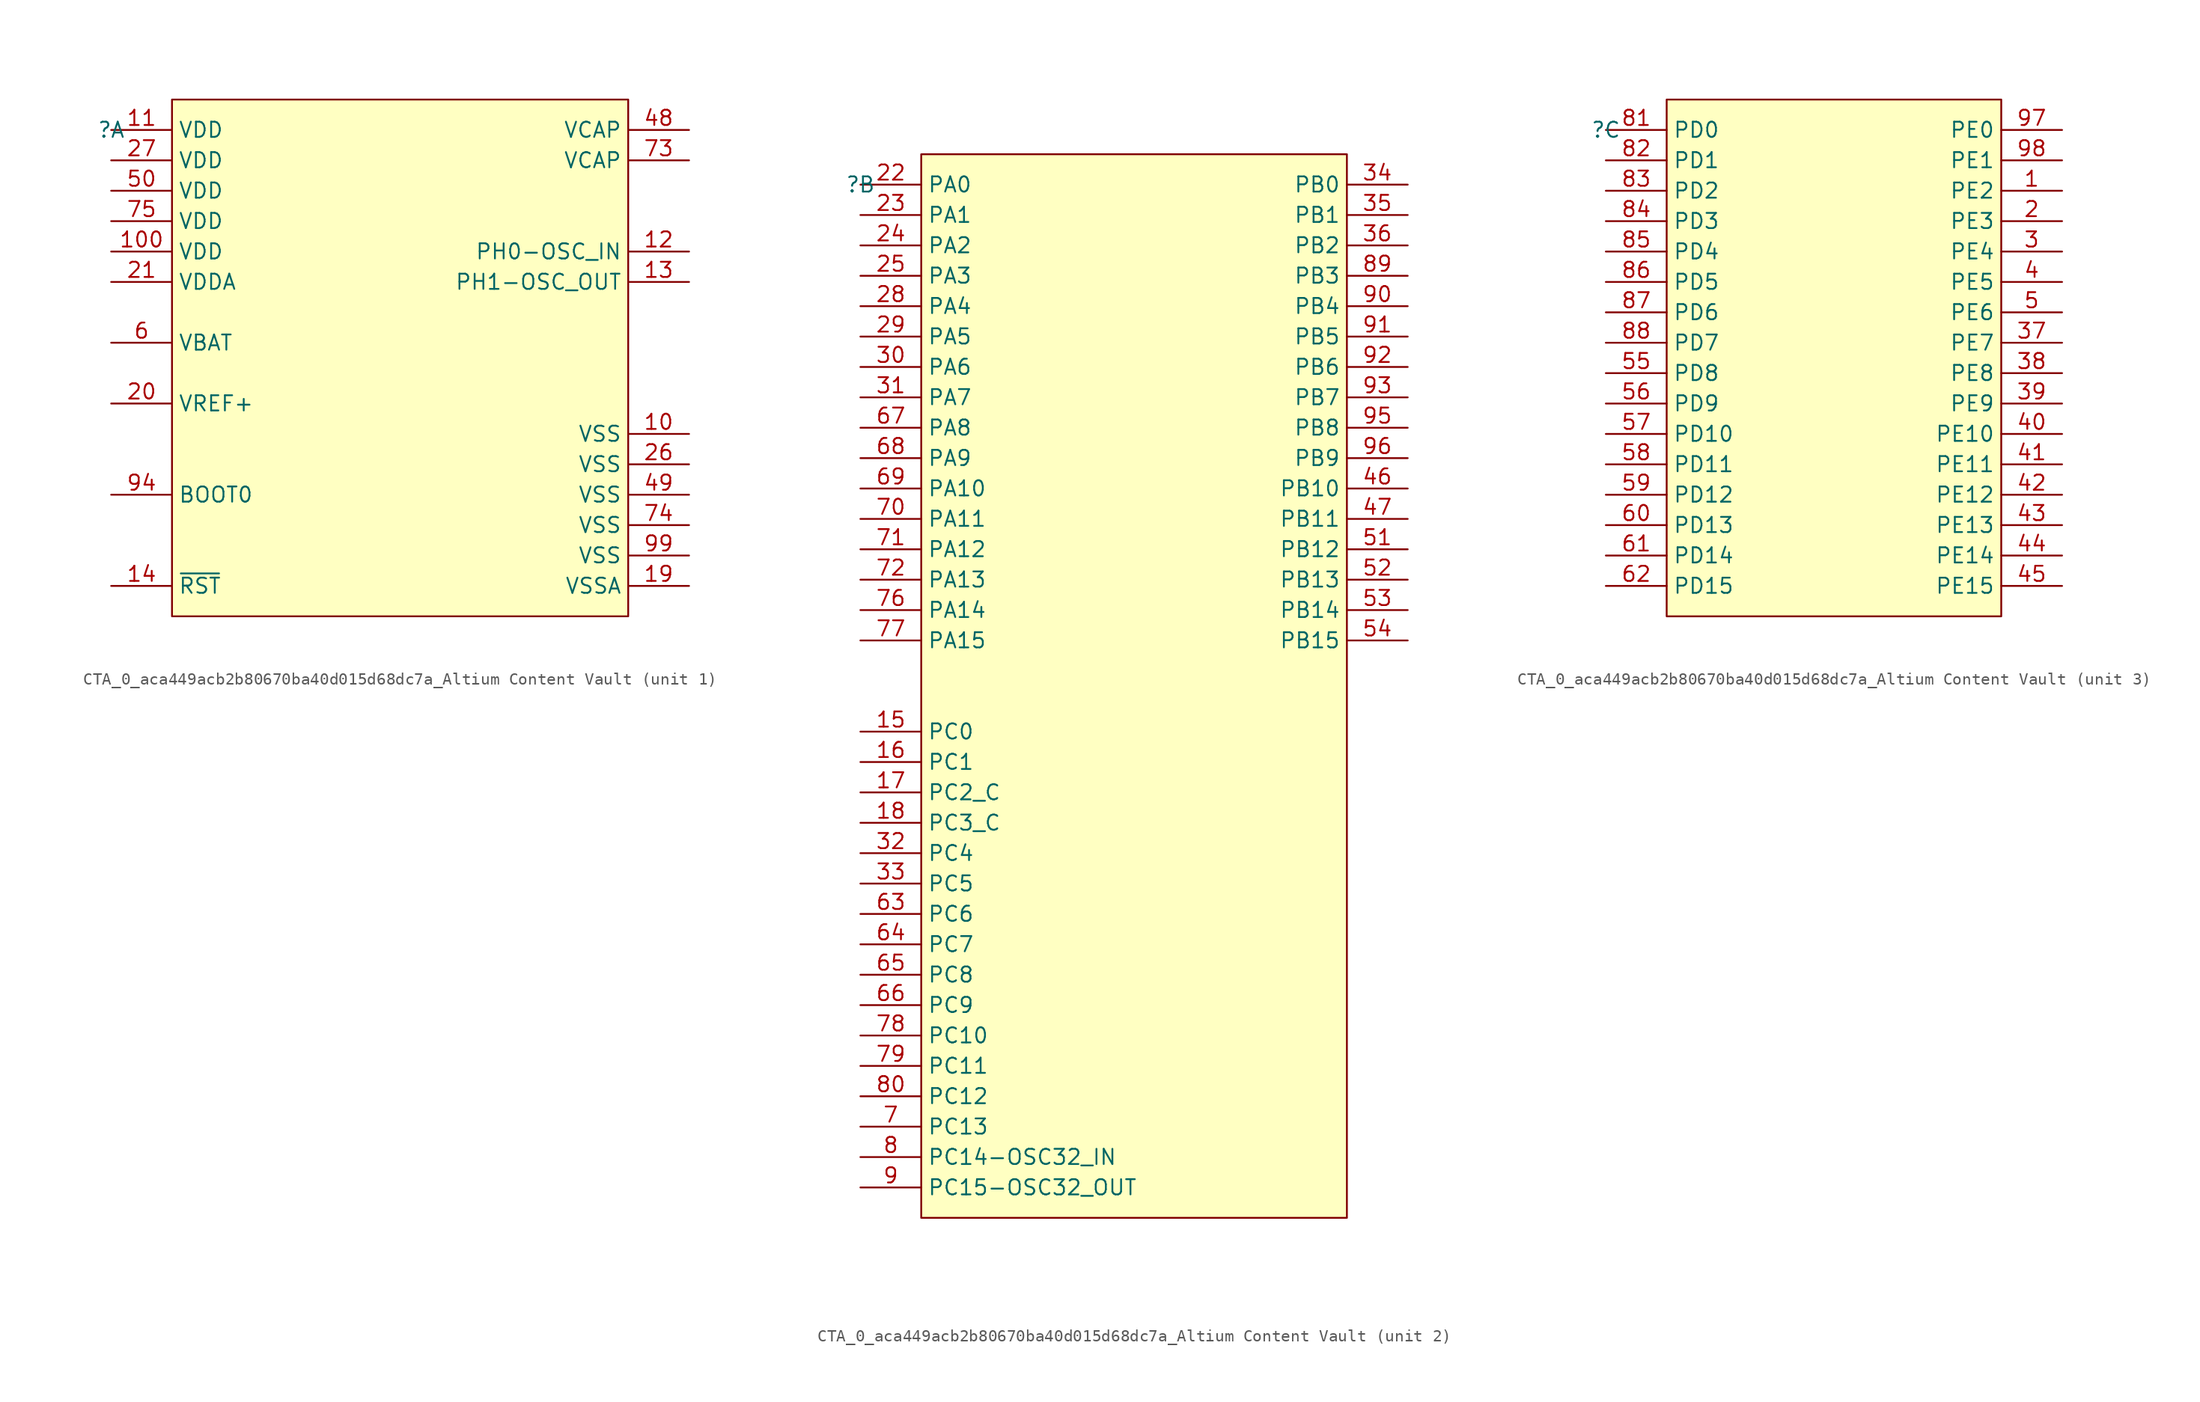
<source format=kicad_sym>
(kicad_symbol_lib
  (version 20241209)
  (generator "kicad_symbol_editor")
  (generator_version "9.0")
  (symbol "CTA_0_aca449acb2b80670ba40d015d68dc7a_Altium Content Vault"
    (property "Reference" ""
      (at 0 0 0)
      (effects (font (size 1.27 1.27))))
    (property "Value" ""
      (at 0 0 0)
      (effects (font (size 1.27 1.27))))
    (symbol "CTA_0_aca449acb2b80670ba40d015d68dc7a_Altium Content Vault_1_0"
      (rectangle (start 43.18 2.54) (end 5.08 -40.64) (stroke (width 0) (type solid) (color 128 0 0 1)) (fill (type background)))
      (pin power_in line (at 0 0 0) (length 5.08) (name "VDD" (effects (font (size 1.27 1.27)))) (number "11" (effects (font (size 1.27 1.27)))))
      (pin power_in line (at 0 -2.54 0) (length 5.08) (name "VDD" (effects (font (size 1.27 1.27)))) (number "27" (effects (font (size 1.27 1.27)))))
      (pin power_in line (at 0 -5.08 0) (length 5.08) (name "VDD" (effects (font (size 1.27 1.27)))) (number "50" (effects (font (size 1.27 1.27)))))
      (pin power_in line (at 0 -7.62 0) (length 5.08) (name "VDD" (effects (font (size 1.27 1.27)))) (number "75" (effects (font (size 1.27 1.27)))))
      (pin power_in line (at 0 -10.16 0) (length 5.08) (name "VDD" (effects (font (size 1.27 1.27)))) (number "100" (effects (font (size 1.27 1.27)))))
      (pin power_in line (at 0 -12.7 0) (length 5.08) (name "VDDA" (effects (font (size 1.27 1.27)))) (number "21" (effects (font (size 1.27 1.27)))))
      (pin power_in line (at 0 -17.78 0) (length 5.08) (name "VBAT" (effects (font (size 1.27 1.27)))) (number "6" (effects (font (size 1.27 1.27)))))
      (pin power_in line (at 0 -22.86 0) (length 5.08) (name "VREF+" (effects (font (size 1.27 1.27)))) (number "20" (effects (font (size 1.27 1.27)))))
      (pin input line (at 0 -30.48 0) (length 5.08) (name "BOOT0" (effects (font (size 1.27 1.27)))) (number "94" (effects (font (size 1.27 1.27)))))
      (pin bidirectional line (at 0 -38.1 0) (length 5.08) (name "~{RST}" (effects (font (size 1.27 1.27)))) (number "14" (effects (font (size 1.27 1.27)))))
      (pin power_in line (at 48.26 0 180) (length 5.08) (name "VCAP" (effects (font (size 1.27 1.27)))) (number "48" (effects (font (size 1.27 1.27)))))
      (pin power_in line (at 48.26 -2.54 180) (length 5.08) (name "VCAP" (effects (font (size 1.27 1.27)))) (number "73" (effects (font (size 1.27 1.27)))))
      (pin bidirectional line (at 48.26 -10.16 180) (length 5.08) (name "PH0-OSC_IN" (effects (font (size 1.27 1.27)))) (number "12" (effects (font (size 1.27 1.27)))))
      (pin bidirectional line (at 48.26 -12.7 180) (length 5.08) (name "PH1-OSC_OUT" (effects (font (size 1.27 1.27)))) (number "13" (effects (font (size 1.27 1.27)))))
      (pin power_in line (at 48.26 -25.4 180) (length 5.08) (name "VSS" (effects (font (size 1.27 1.27)))) (number "10" (effects (font (size 1.27 1.27)))))
      (pin power_in line (at 48.26 -27.94 180) (length 5.08) (name "VSS" (effects (font (size 1.27 1.27)))) (number "26" (effects (font (size 1.27 1.27)))))
      (pin power_in line (at 48.26 -30.48 180) (length 5.08) (name "VSS" (effects (font (size 1.27 1.27)))) (number "49" (effects (font (size 1.27 1.27)))))
      (pin power_in line (at 48.26 -33.02 180) (length 5.08) (name "VSS" (effects (font (size 1.27 1.27)))) (number "74" (effects (font (size 1.27 1.27)))))
      (pin power_in line (at 48.26 -35.56 180) (length 5.08) (name "VSS" (effects (font (size 1.27 1.27)))) (number "99" (effects (font (size 1.27 1.27)))))
      (pin power_in line (at 48.26 -38.1 180) (length 5.08) (name "VSSA" (effects (font (size 1.27 1.27)))) (number "19" (effects (font (size 1.27 1.27))))))
    (symbol "CTA_0_aca449acb2b80670ba40d015d68dc7a_Altium Content Vault_2_0"
      (rectangle (start 40.64 2.54) (end 5.08 -86.36) (stroke (width 0) (type solid) (color 128 0 0 1)) (fill (type background)))
      (pin bidirectional line (at 0 0 0) (length 5.08) (name "PA0" (effects (font (size 1.27 1.27)))) (number "22" (effects (font (size 1.27 1.27)))))
      (pin bidirectional line (at 0 -2.54 0) (length 5.08) (name "PA1" (effects (font (size 1.27 1.27)))) (number "23" (effects (font (size 1.27 1.27)))))
      (pin bidirectional line (at 0 -5.08 0) (length 5.08) (name "PA2" (effects (font (size 1.27 1.27)))) (number "24" (effects (font (size 1.27 1.27)))))
      (pin bidirectional line (at 0 -7.62 0) (length 5.08) (name "PA3" (effects (font (size 1.27 1.27)))) (number "25" (effects (font (size 1.27 1.27)))))
      (pin bidirectional line (at 0 -10.16 0) (length 5.08) (name "PA4" (effects (font (size 1.27 1.27)))) (number "28" (effects (font (size 1.27 1.27)))))
      (pin bidirectional line (at 0 -12.7 0) (length 5.08) (name "PA5" (effects (font (size 1.27 1.27)))) (number "29" (effects (font (size 1.27 1.27)))))
      (pin bidirectional line (at 0 -15.24 0) (length 5.08) (name "PA6" (effects (font (size 1.27 1.27)))) (number "30" (effects (font (size 1.27 1.27)))))
      (pin bidirectional line (at 0 -17.78 0) (length 5.08) (name "PA7" (effects (font (size 1.27 1.27)))) (number "31" (effects (font (size 1.27 1.27)))))
      (pin bidirectional line (at 0 -20.32 0) (length 5.08) (name "PA8" (effects (font (size 1.27 1.27)))) (number "67" (effects (font (size 1.27 1.27)))))
      (pin bidirectional line (at 0 -22.86 0) (length 5.08) (name "PA9" (effects (font (size 1.27 1.27)))) (number "68" (effects (font (size 1.27 1.27)))))
      (pin bidirectional line (at 0 -25.4 0) (length 5.08) (name "PA10" (effects (font (size 1.27 1.27)))) (number "69" (effects (font (size 1.27 1.27)))))
      (pin bidirectional line (at 0 -27.94 0) (length 5.08) (name "PA11" (effects (font (size 1.27 1.27)))) (number "70" (effects (font (size 1.27 1.27)))))
      (pin bidirectional line (at 0 -30.48 0) (length 5.08) (name "PA12" (effects (font (size 1.27 1.27)))) (number "71" (effects (font (size 1.27 1.27)))))
      (pin bidirectional line (at 0 -33.02 0) (length 5.08) (name "PA13" (effects (font (size 1.27 1.27)))) (number "72" (effects (font (size 1.27 1.27)))))
      (pin bidirectional line (at 0 -35.56 0) (length 5.08) (name "PA14" (effects (font (size 1.27 1.27)))) (number "76" (effects (font (size 1.27 1.27)))))
      (pin bidirectional line (at 0 -38.1 0) (length 5.08) (name "PA15" (effects (font (size 1.27 1.27)))) (number "77" (effects (font (size 1.27 1.27)))))
      (pin bidirectional line (at 0 -45.72 0) (length 5.08) (name "PC0" (effects (font (size 1.27 1.27)))) (number "15" (effects (font (size 1.27 1.27)))))
      (pin bidirectional line (at 0 -48.26 0) (length 5.08) (name "PC1" (effects (font (size 1.27 1.27)))) (number "16" (effects (font (size 1.27 1.27)))))
      (pin input line (at 0 -50.8 0) (length 5.08) (name "PC2_C" (effects (font (size 1.27 1.27)))) (number "17" (effects (font (size 1.27 1.27)))))
      (pin input line (at 0 -53.34 0) (length 5.08) (name "PC3_C" (effects (font (size 1.27 1.27)))) (number "18" (effects (font (size 1.27 1.27)))))
      (pin bidirectional line (at 0 -55.88 0) (length 5.08) (name "PC4" (effects (font (size 1.27 1.27)))) (number "32" (effects (font (size 1.27 1.27)))))
      (pin bidirectional line (at 0 -58.42 0) (length 5.08) (name "PC5" (effects (font (size 1.27 1.27)))) (number "33" (effects (font (size 1.27 1.27)))))
      (pin bidirectional line (at 0 -60.96 0) (length 5.08) (name "PC6" (effects (font (size 1.27 1.27)))) (number "63" (effects (font (size 1.27 1.27)))))
      (pin bidirectional line (at 0 -63.5 0) (length 5.08) (name "PC7" (effects (font (size 1.27 1.27)))) (number "64" (effects (font (size 1.27 1.27)))))
      (pin bidirectional line (at 0 -66.04 0) (length 5.08) (name "PC8" (effects (font (size 1.27 1.27)))) (number "65" (effects (font (size 1.27 1.27)))))
      (pin bidirectional line (at 0 -68.58 0) (length 5.08) (name "PC9" (effects (font (size 1.27 1.27)))) (number "66" (effects (font (size 1.27 1.27)))))
      (pin bidirectional line (at 0 -71.12 0) (length 5.08) (name "PC10" (effects (font (size 1.27 1.27)))) (number "78" (effects (font (size 1.27 1.27)))))
      (pin bidirectional line (at 0 -73.66 0) (length 5.08) (name "PC11" (effects (font (size 1.27 1.27)))) (number "79" (effects (font (size 1.27 1.27)))))
      (pin bidirectional line (at 0 -76.2 0) (length 5.08) (name "PC12" (effects (font (size 1.27 1.27)))) (number "80" (effects (font (size 1.27 1.27)))))
      (pin bidirectional line (at 0 -78.74 0) (length 5.08) (name "PC13" (effects (font (size 1.27 1.27)))) (number "7" (effects (font (size 1.27 1.27)))))
      (pin bidirectional line (at 0 -81.28 0) (length 5.08) (name "PC14-OSC32_IN" (effects (font (size 1.27 1.27)))) (number "8" (effects (font (size 1.27 1.27)))))
      (pin bidirectional line (at 0 -83.82 0) (length 5.08) (name "PC15-OSC32_OUT" (effects (font (size 1.27 1.27)))) (number "9" (effects (font (size 1.27 1.27)))))
      (pin bidirectional line (at 45.72 0 180) (length 5.08) (name "PB0" (effects (font (size 1.27 1.27)))) (number "34" (effects (font (size 1.27 1.27)))))
      (pin bidirectional line (at 45.72 -2.54 180) (length 5.08) (name "PB1" (effects (font (size 1.27 1.27)))) (number "35" (effects (font (size 1.27 1.27)))))
      (pin bidirectional line (at 45.72 -5.08 180) (length 5.08) (name "PB2" (effects (font (size 1.27 1.27)))) (number "36" (effects (font (size 1.27 1.27)))))
      (pin bidirectional line (at 45.72 -7.62 180) (length 5.08) (name "PB3" (effects (font (size 1.27 1.27)))) (number "89" (effects (font (size 1.27 1.27)))))
      (pin bidirectional line (at 45.72 -10.16 180) (length 5.08) (name "PB4" (effects (font (size 1.27 1.27)))) (number "90" (effects (font (size 1.27 1.27)))))
      (pin bidirectional line (at 45.72 -12.7 180) (length 5.08) (name "PB5" (effects (font (size 1.27 1.27)))) (number "91" (effects (font (size 1.27 1.27)))))
      (pin bidirectional line (at 45.72 -15.24 180) (length 5.08) (name "PB6" (effects (font (size 1.27 1.27)))) (number "92" (effects (font (size 1.27 1.27)))))
      (pin bidirectional line (at 45.72 -17.78 180) (length 5.08) (name "PB7" (effects (font (size 1.27 1.27)))) (number "93" (effects (font (size 1.27 1.27)))))
      (pin bidirectional line (at 45.72 -20.32 180) (length 5.08) (name "PB8" (effects (font (size 1.27 1.27)))) (number "95" (effects (font (size 1.27 1.27)))))
      (pin bidirectional line (at 45.72 -22.86 180) (length 5.08) (name "PB9" (effects (font (size 1.27 1.27)))) (number "96" (effects (font (size 1.27 1.27)))))
      (pin bidirectional line (at 45.72 -25.4 180) (length 5.08) (name "PB10" (effects (font (size 1.27 1.27)))) (number "46" (effects (font (size 1.27 1.27)))))
      (pin bidirectional line (at 45.72 -27.94 180) (length 5.08) (name "PB11" (effects (font (size 1.27 1.27)))) (number "47" (effects (font (size 1.27 1.27)))))
      (pin bidirectional line (at 45.72 -30.48 180) (length 5.08) (name "PB12" (effects (font (size 1.27 1.27)))) (number "51" (effects (font (size 1.27 1.27)))))
      (pin bidirectional line (at 45.72 -33.02 180) (length 5.08) (name "PB13" (effects (font (size 1.27 1.27)))) (number "52" (effects (font (size 1.27 1.27)))))
      (pin bidirectional line (at 45.72 -35.56 180) (length 5.08) (name "PB14" (effects (font (size 1.27 1.27)))) (number "53" (effects (font (size 1.27 1.27)))))
      (pin bidirectional line (at 45.72 -38.1 180) (length 5.08) (name "PB15" (effects (font (size 1.27 1.27)))) (number "54" (effects (font (size 1.27 1.27))))))
    (symbol "CTA_0_aca449acb2b80670ba40d015d68dc7a_Altium Content Vault_3_0"
      (rectangle (start 33.02 2.54) (end 5.08 -40.64) (stroke (width 0) (type solid) (color 128 0 0 1)) (fill (type background)))
      (pin bidirectional line (at 0 0 0) (length 5.08) (name "PD0" (effects (font (size 1.27 1.27)))) (number "81" (effects (font (size 1.27 1.27)))))
      (pin bidirectional line (at 0 -2.54 0) (length 5.08) (name "PD1" (effects (font (size 1.27 1.27)))) (number "82" (effects (font (size 1.27 1.27)))))
      (pin bidirectional line (at 0 -5.08 0) (length 5.08) (name "PD2" (effects (font (size 1.27 1.27)))) (number "83" (effects (font (size 1.27 1.27)))))
      (pin bidirectional line (at 0 -7.62 0) (length 5.08) (name "PD3" (effects (font (size 1.27 1.27)))) (number "84" (effects (font (size 1.27 1.27)))))
      (pin bidirectional line (at 0 -10.16 0) (length 5.08) (name "PD4" (effects (font (size 1.27 1.27)))) (number "85" (effects (font (size 1.27 1.27)))))
      (pin bidirectional line (at 0 -12.7 0) (length 5.08) (name "PD5" (effects (font (size 1.27 1.27)))) (number "86" (effects (font (size 1.27 1.27)))))
      (pin bidirectional line (at 0 -15.24 0) (length 5.08) (name "PD6" (effects (font (size 1.27 1.27)))) (number "87" (effects (font (size 1.27 1.27)))))
      (pin bidirectional line (at 0 -17.78 0) (length 5.08) (name "PD7" (effects (font (size 1.27 1.27)))) (number "88" (effects (font (size 1.27 1.27)))))
      (pin bidirectional line (at 0 -20.32 0) (length 5.08) (name "PD8" (effects (font (size 1.27 1.27)))) (number "55" (effects (font (size 1.27 1.27)))))
      (pin bidirectional line (at 0 -22.86 0) (length 5.08) (name "PD9" (effects (font (size 1.27 1.27)))) (number "56" (effects (font (size 1.27 1.27)))))
      (pin bidirectional line (at 0 -25.4 0) (length 5.08) (name "PD10" (effects (font (size 1.27 1.27)))) (number "57" (effects (font (size 1.27 1.27)))))
      (pin bidirectional line (at 0 -27.94 0) (length 5.08) (name "PD11" (effects (font (size 1.27 1.27)))) (number "58" (effects (font (size 1.27 1.27)))))
      (pin bidirectional line (at 0 -30.48 0) (length 5.08) (name "PD12" (effects (font (size 1.27 1.27)))) (number "59" (effects (font (size 1.27 1.27)))))
      (pin bidirectional line (at 0 -33.02 0) (length 5.08) (name "PD13" (effects (font (size 1.27 1.27)))) (number "60" (effects (font (size 1.27 1.27)))))
      (pin bidirectional line (at 0 -35.56 0) (length 5.08) (name "PD14" (effects (font (size 1.27 1.27)))) (number "61" (effects (font (size 1.27 1.27)))))
      (pin bidirectional line (at 0 -38.1 0) (length 5.08) (name "PD15" (effects (font (size 1.27 1.27)))) (number "62" (effects (font (size 1.27 1.27)))))
      (pin bidirectional line (at 38.1 0 180) (length 5.08) (name "PE0" (effects (font (size 1.27 1.27)))) (number "97" (effects (font (size 1.27 1.27)))))
      (pin bidirectional line (at 38.1 -2.54 180) (length 5.08) (name "PE1" (effects (font (size 1.27 1.27)))) (number "98" (effects (font (size 1.27 1.27)))))
      (pin bidirectional line (at 38.1 -5.08 180) (length 5.08) (name "PE2" (effects (font (size 1.27 1.27)))) (number "1" (effects (font (size 1.27 1.27)))))
      (pin bidirectional line (at 38.1 -7.62 180) (length 5.08) (name "PE3" (effects (font (size 1.27 1.27)))) (number "2" (effects (font (size 1.27 1.27)))))
      (pin bidirectional line (at 38.1 -10.16 180) (length 5.08) (name "PE4" (effects (font (size 1.27 1.27)))) (number "3" (effects (font (size 1.27 1.27)))))
      (pin bidirectional line (at 38.1 -12.7 180) (length 5.08) (name "PE5" (effects (font (size 1.27 1.27)))) (number "4" (effects (font (size 1.27 1.27)))))
      (pin bidirectional line (at 38.1 -15.24 180) (length 5.08) (name "PE6" (effects (font (size 1.27 1.27)))) (number "5" (effects (font (size 1.27 1.27)))))
      (pin bidirectional line (at 38.1 -17.78 180) (length 5.08) (name "PE7" (effects (font (size 1.27 1.27)))) (number "37" (effects (font (size 1.27 1.27)))))
      (pin bidirectional line (at 38.1 -20.32 180) (length 5.08) (name "PE8" (effects (font (size 1.27 1.27)))) (number "38" (effects (font (size 1.27 1.27)))))
      (pin bidirectional line (at 38.1 -22.86 180) (length 5.08) (name "PE9" (effects (font (size 1.27 1.27)))) (number "39" (effects (font (size 1.27 1.27)))))
      (pin bidirectional line (at 38.1 -25.4 180) (length 5.08) (name "PE10" (effects (font (size 1.27 1.27)))) (number "40" (effects (font (size 1.27 1.27)))))
      (pin bidirectional line (at 38.1 -27.94 180) (length 5.08) (name "PE11" (effects (font (size 1.27 1.27)))) (number "41" (effects (font (size 1.27 1.27)))))
      (pin bidirectional line (at 38.1 -30.48 180) (length 5.08) (name "PE12" (effects (font (size 1.27 1.27)))) (number "42" (effects (font (size 1.27 1.27)))))
      (pin bidirectional line (at 38.1 -33.02 180) (length 5.08) (name "PE13" (effects (font (size 1.27 1.27)))) (number "43" (effects (font (size 1.27 1.27)))))
      (pin bidirectional line (at 38.1 -35.56 180) (length 5.08) (name "PE14" (effects (font (size 1.27 1.27)))) (number "44" (effects (font (size 1.27 1.27)))))
      (pin bidirectional line (at 38.1 -38.1 180) (length 5.08) (name "PE15" (effects (font (size 1.27 1.27)))) (number "45" (effects (font (size 1.27 1.27))))))))
</source>
